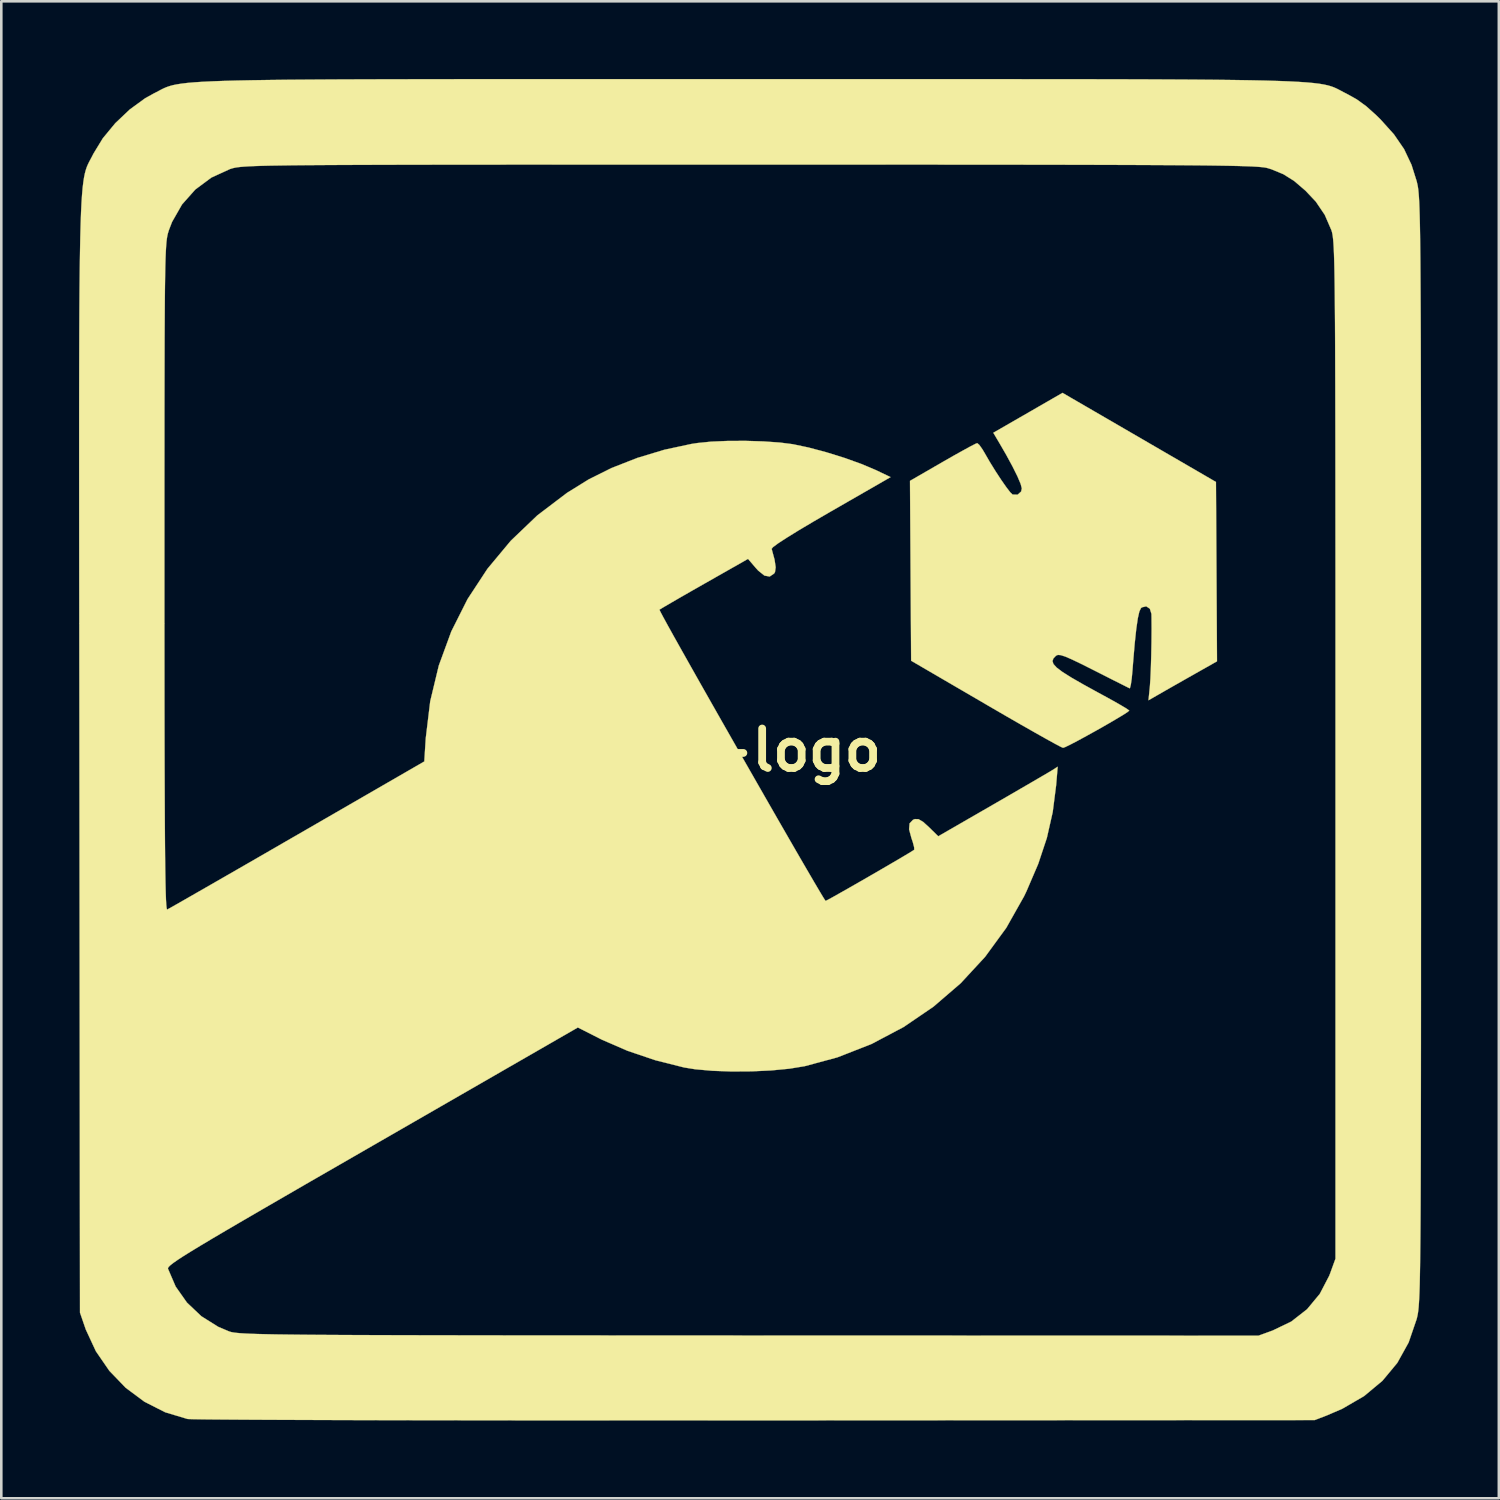
<source format=kicad_pcb>
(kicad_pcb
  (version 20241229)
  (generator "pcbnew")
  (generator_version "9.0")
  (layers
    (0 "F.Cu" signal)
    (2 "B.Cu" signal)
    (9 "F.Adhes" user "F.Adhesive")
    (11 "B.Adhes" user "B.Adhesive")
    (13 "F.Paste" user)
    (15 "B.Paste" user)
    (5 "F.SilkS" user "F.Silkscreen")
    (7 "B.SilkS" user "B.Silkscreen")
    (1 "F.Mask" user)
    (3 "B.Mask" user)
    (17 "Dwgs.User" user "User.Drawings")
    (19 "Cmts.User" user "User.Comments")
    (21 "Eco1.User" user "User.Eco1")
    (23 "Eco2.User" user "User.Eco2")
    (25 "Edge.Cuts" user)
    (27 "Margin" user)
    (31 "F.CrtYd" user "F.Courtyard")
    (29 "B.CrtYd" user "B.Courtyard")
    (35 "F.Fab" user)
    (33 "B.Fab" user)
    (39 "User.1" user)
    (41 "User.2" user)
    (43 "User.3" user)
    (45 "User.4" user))
  (footprint "km-logo"
    (layer "F.Cu")
    (at 25.904 25.911)
    (property "Reference" "km-logo" (at 0 0 0) (layer "F.SilkS") (effects (font (size 1.524 1.524) (thickness 0.3))))
    (attr through_hole)
    (fp_poly (pts (xy 17.992 -10.353) (xy 18.012 -6.891) (xy 18.032 -3.429) (xy 17.208 -2.963) (xy 16.809 -2.737) (xy 16.404 -2.507) (xy 16.051 -2.306) (xy 15.886 -2.211) (xy 15.387 -1.925) (xy 15.441 -2.465) (xy 15.461 -2.759) (xy 15.479 -3.174) (xy 15.493 -3.664) (xy 15.503 -4.181) (xy 15.507 -4.678) (xy 15.504 -5.106) (xy 15.501 -5.261) (xy 15.439 -5.459) (xy 15.3 -5.552) (xy 15.135 -5.513) (xy 15.095 -5.48) (xy 15.034 -5.352) (xy 14.974 -5.088) (xy 14.915 -4.68) (xy 14.855 -4.122) (xy 14.794 -3.404) (xy 14.771 -3.107) (xy 14.741 -2.78) (xy 14.706 -2.532) (xy 14.672 -2.399) (xy 14.659 -2.387) (xy 14.568 -2.432) (xy 14.352 -2.541) (xy 14.035 -2.7) (xy 13.645 -2.898) (xy 13.276 -3.085) (xy 12.788 -3.33) (xy 12.427 -3.503) (xy 12.172 -3.613) (xy 12 -3.668) (xy 11.89 -3.677) (xy 11.82 -3.648) (xy 11.817 -3.646) (xy 11.718 -3.544) (xy 11.68 -3.44) (xy 11.717 -3.325) (xy 11.841 -3.188) (xy 12.063 -3.02) (xy 12.396 -2.809) (xy 12.853 -2.546) (xy 13.445 -2.22) (xy 13.652 -2.108) (xy 14.018 -1.907) (xy 14.323 -1.733) (xy 14.54 -1.603) (xy 14.64 -1.532) (xy 14.644 -1.526) (xy 14.573 -1.467) (xy 14.382 -1.344) (xy 14.1 -1.176) (xy 13.758 -0.977) (xy 13.385 -0.765) (xy 13.01 -0.557) (xy 12.663 -0.368) (xy 12.373 -0.216) (xy 12.171 -0.118) (xy 12.088 -0.089) (xy 11.994 -0.131) (xy 11.769 -0.25) (xy 11.432 -0.436) (xy 10.997 -0.681) (xy 10.482 -0.974) (xy 9.902 -1.308) (xy 9.275 -1.672) (xy 9.102 -1.773) (xy 6.223 -3.452) (xy 6.201 -6.924) (xy 6.179 -10.396) (xy 7.44 -11.125) (xy 7.858 -11.364) (xy 8.226 -11.569) (xy 8.518 -11.729) (xy 8.71 -11.827) (xy 8.775 -11.853) (xy 8.855 -11.785) (xy 8.977 -11.612) (xy 9.048 -11.493) (xy 9.253 -11.138) (xy 9.477 -10.775) (xy 9.699 -10.436) (xy 9.898 -10.151) (xy 10.052 -9.951) (xy 10.139 -9.868) (xy 10.335 -9.863) (xy 10.47 -9.984) (xy 10.496 -10.106) (xy 10.451 -10.279) (xy 10.327 -10.571) (xy 10.135 -10.957) (xy 9.887 -11.414) (xy 9.627 -11.863) (xy 9.396 -12.253) (xy 10.392 -12.827) (xy 10.794 -13.058) (xy 11.174 -13.278) (xy 11.494 -13.462) (xy 11.711 -13.587) (xy 11.728 -13.597) (xy 12.067 -13.793) (xy 17.992 -10.353)) (stroke (width 0.01) (type solid)) (fill yes) (layer "F.SilkS"))
    (fp_poly (pts (xy -6.088 -25.906) (xy -4.111 -25.905) (xy -1.976 -25.905) (xy 0 -25.905) (xy 2.276 -25.905) (xy 4.388 -25.905) (xy 6.344 -25.906) (xy 8.15 -25.906) (xy 9.812 -25.905) (xy 11.336 -25.904) (xy 12.728 -25.903) (xy 13.996 -25.901) (xy 15.144 -25.898) (xy 16.181 -25.893) (xy 17.111 -25.888) (xy 17.942 -25.881) (xy 18.679 -25.872) (xy 19.329 -25.862) (xy 19.898 -25.85) (xy 20.393 -25.835) (xy 20.82 -25.819) (xy 21.184 -25.8) (xy 21.494 -25.779) (xy 21.754 -25.755) (xy 21.972 -25.729) (xy 22.153 -25.699) (xy 22.304 -25.666) (xy 22.431 -25.63) (xy 22.54 -25.591) (xy 22.638 -25.548) (xy 22.732 -25.501) (xy 22.827 -25.451) (xy 22.929 -25.396) (xy 23.029 -25.346) (xy 23.422 -25.128) (xy 23.789 -24.863) (xy 24.18 -24.512) (xy 24.345 -24.35) (xy 24.865 -23.772) (xy 25.254 -23.205) (xy 25.541 -22.599) (xy 25.741 -21.963) (xy 25.758 -21.891) (xy 25.775 -21.816) (xy 25.79 -21.73) (xy 25.804 -21.627) (xy 25.816 -21.501) (xy 25.828 -21.345) (xy 25.839 -21.153) (xy 25.848 -20.919) (xy 25.857 -20.637) (xy 25.865 -20.299) (xy 25.872 -19.9) (xy 25.878 -19.434) (xy 25.884 -18.893) (xy 25.888 -18.272) (xy 25.892 -17.564) (xy 25.896 -16.763) (xy 25.899 -15.862) (xy 25.901 -14.856) (xy 25.903 -13.738) (xy 25.905 -12.501) (xy 25.906 -11.139) (xy 25.907 -9.646) (xy 25.907 -8.015) (xy 25.908 -6.24) (xy 25.908 -4.315) (xy 25.908 -2.234) (xy 25.908 0) (xy 25.908 2.244) (xy 25.908 4.324) (xy 25.908 6.248) (xy 25.907 8.022) (xy 25.907 9.651) (xy 25.906 11.144) (xy 25.905 12.505) (xy 25.903 13.741) (xy 25.901 14.858) (xy 25.899 15.864) (xy 25.896 16.764) (xy 25.893 17.564) (xy 25.889 18.271) (xy 25.884 18.892) (xy 25.878 19.432) (xy 25.872 19.899) (xy 25.865 20.297) (xy 25.858 20.635) (xy 25.849 20.917) (xy 25.839 21.151) (xy 25.828 21.343) (xy 25.817 21.499) (xy 25.804 21.625) (xy 25.79 21.728) (xy 25.775 21.815) (xy 25.758 21.891) (xy 25.741 21.963) (xy 25.738 21.972) (xy 25.431 22.868) (xy 24.992 23.659) (xy 24.419 24.348) (xy 23.712 24.938) (xy 22.867 25.429) (xy 22.271 25.686) (xy 21.802 25.866) (xy 0.212 25.878) (xy -1.693 25.879) (xy -3.555 25.879) (xy -5.368 25.879) (xy -7.124 25.878) (xy -8.815 25.877) (xy -10.436 25.875) (xy -11.978 25.873) (xy -13.434 25.871) (xy -14.796 25.868) (xy -16.059 25.864) (xy -17.214 25.86) (xy -18.254 25.856) (xy -19.172 25.852) (xy -19.961 25.847) (xy -20.613 25.842) (xy -21.122 25.837) (xy -21.479 25.831) (xy -21.678 25.825) (xy -21.717 25.822) (xy -22.576 25.564) (xy -23.376 25.158) (xy -24.101 24.619) (xy -24.732 23.964) (xy -25.252 23.208) (xy -25.642 22.368) (xy -25.677 22.267) (xy -25.866 21.717) (xy -25.888 0.274) (xy -25.89 -2.016) (xy -25.893 -4.142) (xy -25.895 -6.113) (xy -25.896 -6.682) (xy -22.606 -6.682) (xy -22.606 -4.897) (xy -22.605 -3.274) (xy -22.604 -1.807) (xy -22.602 -0.489) (xy -22.599 0.687) (xy -22.595 1.727) (xy -22.591 2.638) (xy -22.586 3.427) (xy -22.58 4.101) (xy -22.573 4.666) (xy -22.565 5.129) (xy -22.556 5.497) (xy -22.546 5.776) (xy -22.534 5.974) (xy -22.521 6.097) (xy -22.507 6.151) (xy -22.5 6.155) (xy -22.411 6.106) (xy -22.187 5.98) (xy -21.841 5.783) (xy -21.386 5.522) (xy -20.833 5.205) (xy -20.195 4.838) (xy -19.485 4.43) (xy -18.715 3.986) (xy -17.897 3.513) (xy -17.484 3.275) (xy -12.573 0.438) (xy -12.516 -0.462) (xy -12.344 -1.888) (xy -12.013 -3.265) (xy -11.53 -4.583) (xy -10.902 -5.832) (xy -10.134 -7.002) (xy -9.235 -8.082) (xy -8.209 -9.063) (xy -7.063 -9.933) (xy -6.23 -10.45) (xy -5.344 -10.892) (xy -4.35 -11.281) (xy -3.304 -11.597) (xy -2.265 -11.82) (xy -2.032 -11.856) (xy -1.501 -11.91) (xy -0.861 -11.937) (xy -0.168 -11.94) (xy 0.523 -11.919) (xy 1.155 -11.875) (xy 1.651 -11.812) (xy 2.259 -11.684) (xy 2.943 -11.502) (xy 3.642 -11.285) (xy 4.295 -11.051) (xy 4.843 -10.82) (xy 4.853 -10.815) (xy 5.43 -10.541) (xy 3.117 -9.211) (xy 2.437 -8.816) (xy 1.866 -8.476) (xy 1.413 -8.196) (xy 1.085 -7.982) (xy 0.891 -7.838) (xy 0.837 -7.772) (xy 0.951 -7.35) (xy 0.993 -7.059) (xy 0.967 -6.873) (xy 0.934 -6.819) (xy 0.762 -6.702) (xy 0.559 -6.739) (xy 0.317 -6.933) (xy 0.223 -7.037) (xy -0.074 -7.384) (xy -1.752 -6.431) (xy -2.236 -6.155) (xy -2.671 -5.906) (xy -3.035 -5.695) (xy -3.307 -5.536) (xy -3.465 -5.441) (xy -3.494 -5.421) (xy -3.459 -5.345) (xy -3.348 -5.135) (xy -3.168 -4.806) (xy -2.927 -4.372) (xy -2.632 -3.846) (xy -2.292 -3.242) (xy -1.915 -2.574) (xy -1.508 -1.856) (xy -1.079 -1.101) (xy -0.636 -0.323) (xy -0.187 0.465) (xy 0.26 1.247) (xy 0.698 2.012) (xy 1.118 2.744) (xy 1.513 3.43) (xy 1.875 4.057) (xy 2.197 4.611) (xy 2.469 5.077) (xy 2.685 5.443) (xy 2.836 5.694) (xy 2.915 5.817) (xy 2.919 5.822) (xy 2.992 5.787) (xy 3.187 5.681) (xy 3.478 5.517) (xy 3.841 5.311) (xy 4.25 5.077) (xy 4.682 4.828) (xy 5.11 4.58) (xy 5.511 4.346) (xy 5.86 4.141) (xy 6.131 3.979) (xy 6.3 3.875) (xy 6.344 3.844) (xy 6.339 3.75) (xy 6.287 3.55) (xy 6.236 3.4) (xy 6.144 3.058) (xy 6.163 2.828) (xy 6.296 2.69) (xy 6.367 2.662) (xy 6.507 2.665) (xy 6.686 2.77) (xy 6.904 2.967) (xy 7.27 3.326) (xy 9.371 2.114) (xy 9.922 1.796) (xy 10.433 1.499) (xy 10.884 1.237) (xy 11.254 1.021) (xy 11.522 0.864) (xy 11.667 0.777) (xy 11.677 0.771) (xy 11.881 0.64) (xy 11.821 1.356) (xy 11.689 2.392) (xy 11.463 3.39) (xy 11.129 4.394) (xy 10.676 5.449) (xy 10.582 5.645) (xy 9.897 6.86) (xy 9.078 7.981) (xy 8.136 9) (xy 7.083 9.906) (xy 5.931 10.691) (xy 4.692 11.346) (xy 3.377 11.861) (xy 2.113 12.202) (xy 1.521 12.299) (xy 0.822 12.366) (xy 0.061 12.402) (xy -0.713 12.407) (xy -1.452 12.38) (xy -2.111 12.321) (xy -2.54 12.252) (xy -3.649 11.973) (xy -4.726 11.609) (xy -5.707 11.183) (xy -5.791 11.141) (xy -6.645 10.708) (xy -14.583 15.279) (xy -15.843 16.005) (xy -16.965 16.651) (xy -17.955 17.224) (xy -18.822 17.726) (xy -19.573 18.163) (xy -20.217 18.539) (xy -20.761 18.86) (xy -21.213 19.13) (xy -21.581 19.354) (xy -21.873 19.536) (xy -22.097 19.682) (xy -22.26 19.796) (xy -22.371 19.882) (xy -22.437 19.946) (xy -22.467 19.991) (xy -22.469 20.021) (xy -22.172 20.711) (xy -21.736 21.33) (xy -21.18 21.856) (xy -20.527 22.266) (xy -20.115 22.44) (xy -20.063 22.457) (xy -19.999 22.473) (xy -19.917 22.487) (xy -19.81 22.5) (xy -19.672 22.512) (xy -19.496 22.523) (xy -19.277 22.533) (xy -19.006 22.542) (xy -18.678 22.55) (xy -18.286 22.558) (xy -17.824 22.564) (xy -17.285 22.57) (xy -16.663 22.575) (xy -15.95 22.579) (xy -15.141 22.583) (xy -14.229 22.586) (xy -13.207 22.589) (xy -12.069 22.591) (xy -10.808 22.593) (xy -9.418 22.595) (xy -7.892 22.596) (xy -6.224 22.597) (xy -4.407 22.598) (xy -2.434 22.599) (xy -0.3 22.6) (xy -0.025 22.6) (xy 19.635 22.606) (xy 20.18 22.408) (xy 20.899 22.062) (xy 21.508 21.587) (xy 22 20.994) (xy 22.366 20.291) (xy 22.408 20.18) (xy 22.606 19.635) (xy 22.606 0.009) (xy 22.606 -2.142) (xy 22.606 -4.13) (xy 22.606 -5.962) (xy 22.605 -7.644) (xy 22.604 -9.184) (xy 22.603 -10.586) (xy 22.602 -11.859) (xy 22.6 -13.009) (xy 22.598 -14.042) (xy 22.595 -14.965) (xy 22.592 -15.784) (xy 22.588 -16.506) (xy 22.583 -17.137) (xy 22.578 -17.685) (xy 22.572 -18.155) (xy 22.565 -18.555) (xy 22.557 -18.89) (xy 22.548 -19.168) (xy 22.538 -19.395) (xy 22.527 -19.577) (xy 22.515 -19.722) (xy 22.502 -19.835) (xy 22.488 -19.923) (xy 22.473 -19.993) (xy 22.456 -20.052) (xy 22.445 -20.083) (xy 22.192 -20.667) (xy 21.847 -21.177) (xy 21.45 -21.598) (xy 21.015 -21.971) (xy 20.598 -22.234) (xy 20.136 -22.425) (xy 19.987 -22.471) (xy 19.925 -22.486) (xy 19.84 -22.5) (xy 19.725 -22.512) (xy 19.575 -22.524) (xy 19.382 -22.535) (xy 19.14 -22.544) (xy 18.843 -22.553) (xy 18.483 -22.561) (xy 18.056 -22.568) (xy 17.554 -22.575) (xy 16.97 -22.58) (xy 16.298 -22.585) (xy 15.533 -22.589) (xy 14.666 -22.593) (xy 13.693 -22.596) (xy 12.605 -22.599) (xy 11.398 -22.601) (xy 10.063 -22.603) (xy 8.596 -22.604) (xy 6.989 -22.605) (xy 5.236 -22.605) (xy 3.33 -22.606) (xy 1.266 -22.606) (xy -0.018 -22.606) (xy -2.163 -22.606) (xy -4.144 -22.606) (xy -5.97 -22.606) (xy -7.646 -22.605) (xy -9.18 -22.605) (xy -10.577 -22.604) (xy -11.844 -22.603) (xy -12.988 -22.601) (xy -14.016 -22.599) (xy -14.934 -22.596) (xy -15.748 -22.593) (xy -16.466 -22.589) (xy -17.094 -22.585) (xy -17.638 -22.58) (xy -18.106 -22.573) (xy -18.503 -22.567) (xy -18.837 -22.559) (xy -19.113 -22.55) (xy -19.339 -22.54) (xy -19.522 -22.529) (xy -19.667 -22.517) (xy -19.781 -22.504) (xy -19.872 -22.489) (xy -19.945 -22.473) (xy -20.007 -22.456) (xy -20.065 -22.437) (xy -20.083 -22.431) (xy -20.794 -22.105) (xy -21.414 -21.644) (xy -21.926 -21.068) (xy -22.311 -20.394) (xy -22.43 -20.086) (xy -22.453 -20.015) (xy -22.475 -19.941) (xy -22.494 -19.857) (xy -22.511 -19.754) (xy -22.527 -19.624) (xy -22.54 -19.459) (xy -22.552 -19.251) (xy -22.563 -18.991) (xy -22.572 -18.671) (xy -22.579 -18.283) (xy -22.586 -17.819) (xy -22.591 -17.27) (xy -22.595 -16.629) (xy -22.599 -15.886) (xy -22.601 -15.034) (xy -22.603 -14.064) (xy -22.605 -12.968) (xy -22.605 -11.738) (xy -22.606 -10.366) (xy -22.606 -8.844) (xy -22.606 -7.162) (xy -22.606 -6.682) (xy -25.896 -6.682) (xy -25.897 -7.932) (xy -25.898 -9.608) (xy -25.899 -11.145) (xy -25.899 -12.551) (xy -25.898 -13.832) (xy -25.896 -14.993) (xy -25.893 -16.042) (xy -25.889 -16.985) (xy -25.883 -17.827) (xy -25.875 -18.575) (xy -25.865 -19.236) (xy -25.854 -19.815) (xy -25.84 -20.319) (xy -25.825 -20.755) (xy -25.807 -21.128) (xy -25.786 -21.445) (xy -25.763 -21.712) (xy -25.736 -21.935) (xy -25.707 -22.121) (xy -25.675 -22.276) (xy -25.639 -22.407) (xy -25.601 -22.519) (xy -25.558 -22.618) (xy -25.512 -22.712) (xy -25.462 -22.806) (xy -25.408 -22.907) (xy -25.35 -23.021) (xy -25.346 -23.029) (xy -24.985 -23.621) (xy -24.504 -24.204) (xy -23.945 -24.734) (xy -23.352 -25.166) (xy -23.029 -25.346) (xy -22.915 -25.404) (xy -22.813 -25.458) (xy -22.719 -25.508) (xy -22.625 -25.554) (xy -22.526 -25.596) (xy -22.414 -25.635) (xy -22.285 -25.671) (xy -22.13 -25.703) (xy -21.944 -25.732) (xy -21.721 -25.759) (xy -21.455 -25.782) (xy -21.138 -25.803) (xy -20.765 -25.821) (xy -20.33 -25.837) (xy -19.825 -25.851) (xy -19.245 -25.863) (xy -18.584 -25.873) (xy -17.834 -25.882) (xy -16.991 -25.888) (xy -16.046 -25.894) (xy -14.995 -25.898) (xy -13.831 -25.901) (xy -12.546 -25.903) (xy -11.136 -25.905) (xy -9.594 -25.905) (xy -7.913 -25.906) (xy -6.088 -25.906)) (stroke (width 0.01) (type solid)) (fill yes) (layer "F.SilkS")))
  (gr_rect
    (start -3 -3)
    (end 54.817 54.795)
    (stroke (width 0.1) (type default))
    (fill no)
    (layer "Edge.Cuts")))
</source>
